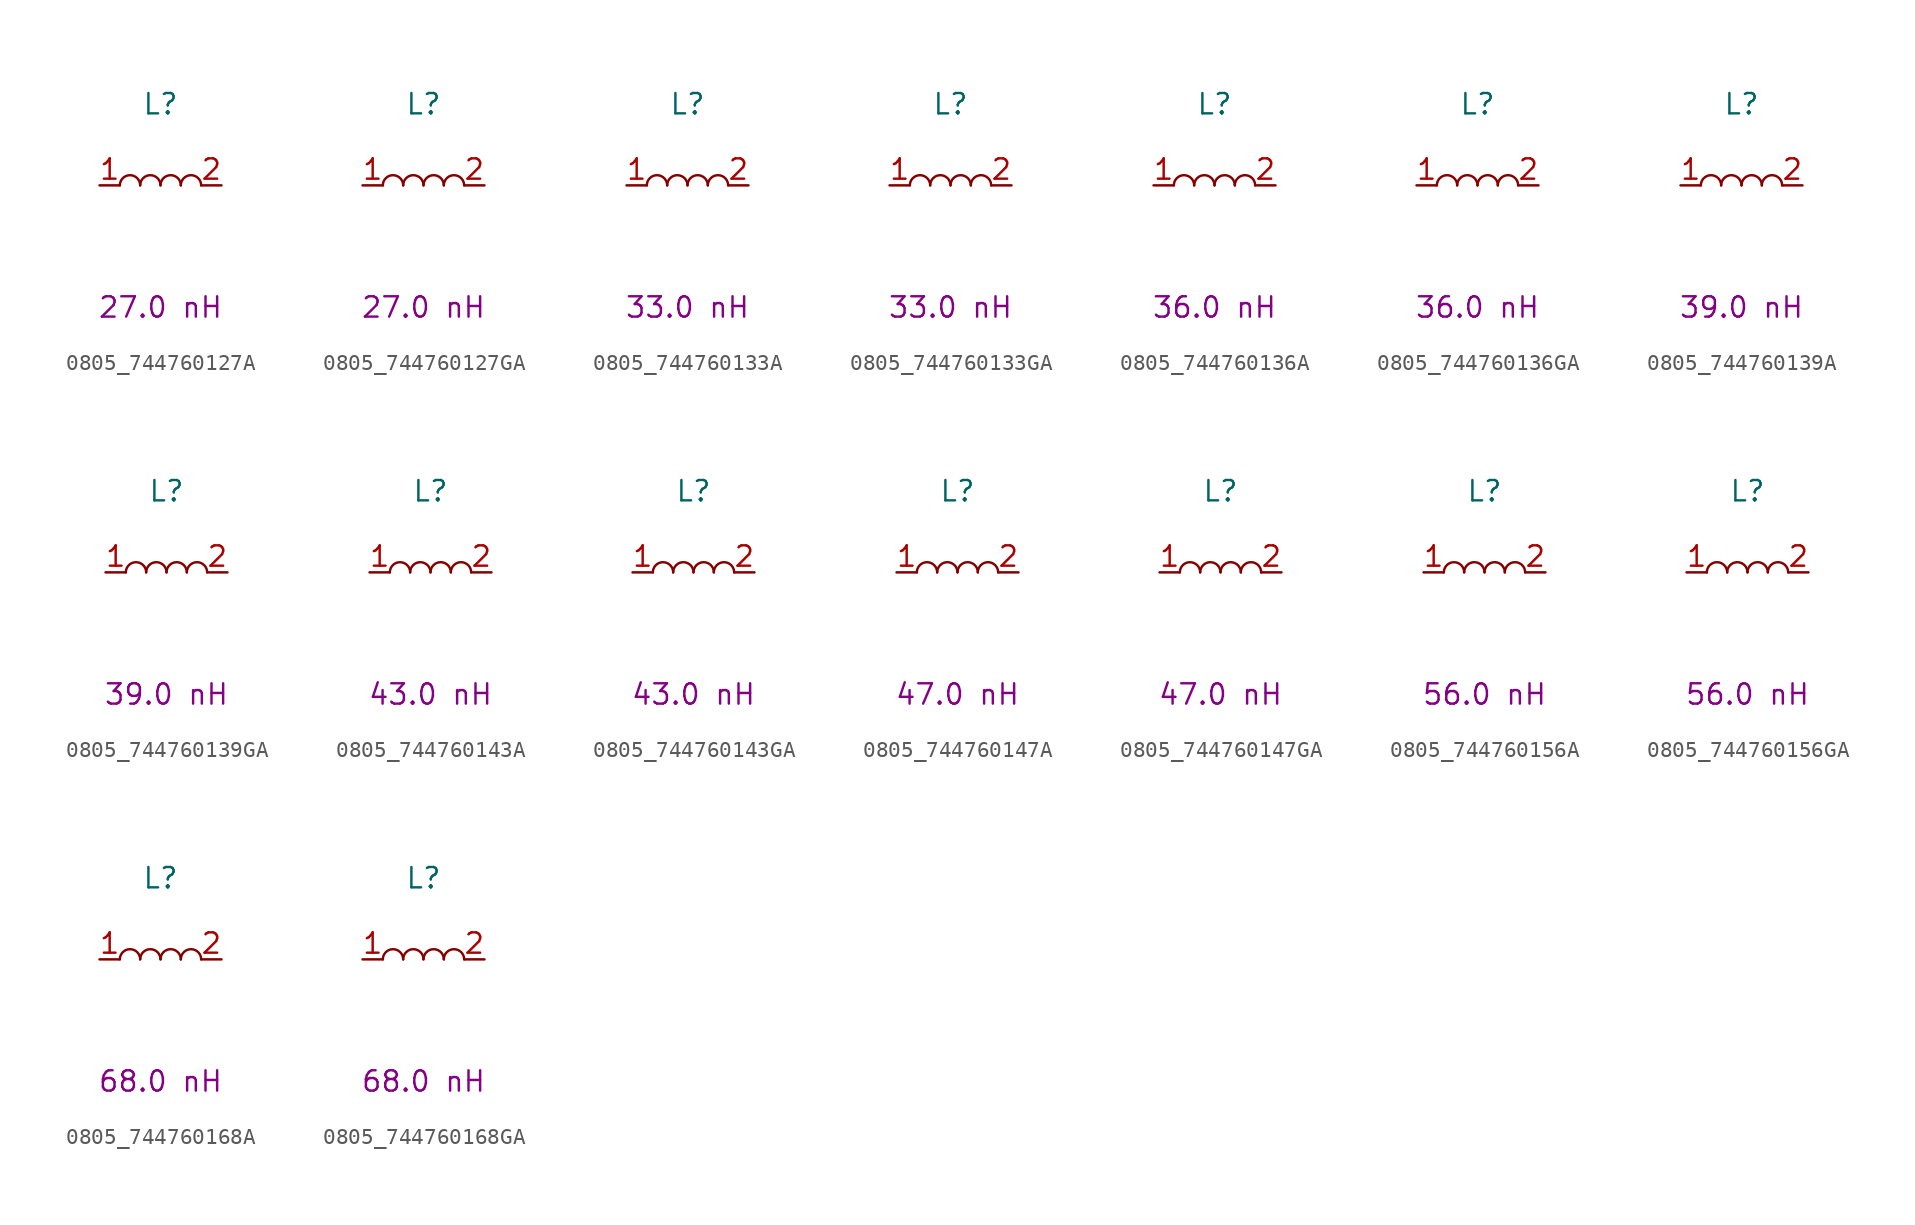
<source format=kicad_sym>
(kicad_symbol_lib
  (version 20220914)
  (generator kicad_symbol_editor)
  (symbol "0805_744760127A"
    (pin_names hide)
    (property "Reference" "L"
      (at 0 5.08 0)
      (effects (font (size 1.27 1.27))))
    (property "Critical Parameter" "27.0 nH"
      (at 0 -7.62 0)
      (effects (font (size 1.27 1.27))))
    (symbol "0805_744760127A_0_1"
      (arc (start -1.27 0) (mid -1.905 0.6323) (end -2.54 0) (stroke (width 0) (type default)) (fill (type none)))
      (arc (start 0 0) (mid -0.635 0.6323) (end -1.27 0) (stroke (width 0) (type default)) (fill (type none)))
      (arc (start 1.27 0) (mid 0.635 0.6323) (end 0 0) (stroke (width 0) (type default)) (fill (type none)))
      (arc (start 2.54 0) (mid 1.905 0.6323) (end 1.27 0) (stroke (width 0) (type default)) (fill (type none))))
    (symbol "0805_744760127A_1_1"
      (pin passive line (at -3.81 0 0) (length 1.27) (name "1" (effects (font (size 1.27 1.27)))) (number "1" (effects (font (size 1.27 1.27)))))
      (pin passive line (at 3.81 0 180) (length 1.27) (name "2" (effects (font (size 1.27 1.27)))) (number "2" (effects (font (size 1.27 1.27)))))))
  (symbol "0805_744760127GA"
    (pin_names hide)
    (property "Reference" "L"
      (at 0 5.08 0)
      (effects (font (size 1.27 1.27))))
    (property "Critical Parameter" "27.0 nH"
      (at 0 -7.62 0)
      (effects (font (size 1.27 1.27))))
    (symbol "0805_744760127GA_0_1"
      (arc (start -1.27 0) (mid -1.905 0.6323) (end -2.54 0) (stroke (width 0) (type default)) (fill (type none)))
      (arc (start 0 0) (mid -0.635 0.6323) (end -1.27 0) (stroke (width 0) (type default)) (fill (type none)))
      (arc (start 1.27 0) (mid 0.635 0.6323) (end 0 0) (stroke (width 0) (type default)) (fill (type none)))
      (arc (start 2.54 0) (mid 1.905 0.6323) (end 1.27 0) (stroke (width 0) (type default)) (fill (type none))))
    (symbol "0805_744760127GA_1_1"
      (pin passive line (at -3.81 0 0) (length 1.27) (name "1" (effects (font (size 1.27 1.27)))) (number "1" (effects (font (size 1.27 1.27)))))
      (pin passive line (at 3.81 0 180) (length 1.27) (name "2" (effects (font (size 1.27 1.27)))) (number "2" (effects (font (size 1.27 1.27)))))))
  (symbol "0805_744760133A"
    (pin_names hide)
    (property "Reference" "L"
      (at 0 5.08 0)
      (effects (font (size 1.27 1.27))))
    (property "Critical Parameter" "33.0 nH"
      (at 0 -7.62 0)
      (effects (font (size 1.27 1.27))))
    (symbol "0805_744760133A_0_1"
      (arc (start -1.27 0) (mid -1.905 0.6323) (end -2.54 0) (stroke (width 0) (type default)) (fill (type none)))
      (arc (start 0 0) (mid -0.635 0.6323) (end -1.27 0) (stroke (width 0) (type default)) (fill (type none)))
      (arc (start 1.27 0) (mid 0.635 0.6323) (end 0 0) (stroke (width 0) (type default)) (fill (type none)))
      (arc (start 2.54 0) (mid 1.905 0.6323) (end 1.27 0) (stroke (width 0) (type default)) (fill (type none))))
    (symbol "0805_744760133A_1_1"
      (pin passive line (at -3.81 0 0) (length 1.27) (name "1" (effects (font (size 1.27 1.27)))) (number "1" (effects (font (size 1.27 1.27)))))
      (pin passive line (at 3.81 0 180) (length 1.27) (name "2" (effects (font (size 1.27 1.27)))) (number "2" (effects (font (size 1.27 1.27)))))))
  (symbol "0805_744760133GA"
    (pin_names hide)
    (property "Reference" "L"
      (at 0 5.08 0)
      (effects (font (size 1.27 1.27))))
    (property "Critical Parameter" "33.0 nH"
      (at 0 -7.62 0)
      (effects (font (size 1.27 1.27))))
    (symbol "0805_744760133GA_0_1"
      (arc (start -1.27 0) (mid -1.905 0.6323) (end -2.54 0) (stroke (width 0) (type default)) (fill (type none)))
      (arc (start 0 0) (mid -0.635 0.6323) (end -1.27 0) (stroke (width 0) (type default)) (fill (type none)))
      (arc (start 1.27 0) (mid 0.635 0.6323) (end 0 0) (stroke (width 0) (type default)) (fill (type none)))
      (arc (start 2.54 0) (mid 1.905 0.6323) (end 1.27 0) (stroke (width 0) (type default)) (fill (type none))))
    (symbol "0805_744760133GA_1_1"
      (pin passive line (at -3.81 0 0) (length 1.27) (name "1" (effects (font (size 1.27 1.27)))) (number "1" (effects (font (size 1.27 1.27)))))
      (pin passive line (at 3.81 0 180) (length 1.27) (name "2" (effects (font (size 1.27 1.27)))) (number "2" (effects (font (size 1.27 1.27)))))))
  (symbol "0805_744760136A"
    (pin_names hide)
    (property "Reference" "L"
      (at 0 5.08 0)
      (effects (font (size 1.27 1.27))))
    (property "Critical Parameter" "36.0 nH"
      (at 0 -7.62 0)
      (effects (font (size 1.27 1.27))))
    (symbol "0805_744760136A_0_1"
      (arc (start -1.27 0) (mid -1.905 0.6323) (end -2.54 0) (stroke (width 0) (type default)) (fill (type none)))
      (arc (start 0 0) (mid -0.635 0.6323) (end -1.27 0) (stroke (width 0) (type default)) (fill (type none)))
      (arc (start 1.27 0) (mid 0.635 0.6323) (end 0 0) (stroke (width 0) (type default)) (fill (type none)))
      (arc (start 2.54 0) (mid 1.905 0.6323) (end 1.27 0) (stroke (width 0) (type default)) (fill (type none))))
    (symbol "0805_744760136A_1_1"
      (pin passive line (at -3.81 0 0) (length 1.27) (name "1" (effects (font (size 1.27 1.27)))) (number "1" (effects (font (size 1.27 1.27)))))
      (pin passive line (at 3.81 0 180) (length 1.27) (name "2" (effects (font (size 1.27 1.27)))) (number "2" (effects (font (size 1.27 1.27)))))))
  (symbol "0805_744760136GA"
    (pin_names hide)
    (property "Reference" "L"
      (at 0 5.08 0)
      (effects (font (size 1.27 1.27))))
    (property "Critical Parameter" "36.0 nH"
      (at 0 -7.62 0)
      (effects (font (size 1.27 1.27))))
    (symbol "0805_744760136GA_0_1"
      (arc (start -1.27 0) (mid -1.905 0.6323) (end -2.54 0) (stroke (width 0) (type default)) (fill (type none)))
      (arc (start 0 0) (mid -0.635 0.6323) (end -1.27 0) (stroke (width 0) (type default)) (fill (type none)))
      (arc (start 1.27 0) (mid 0.635 0.6323) (end 0 0) (stroke (width 0) (type default)) (fill (type none)))
      (arc (start 2.54 0) (mid 1.905 0.6323) (end 1.27 0) (stroke (width 0) (type default)) (fill (type none))))
    (symbol "0805_744760136GA_1_1"
      (pin passive line (at -3.81 0 0) (length 1.27) (name "1" (effects (font (size 1.27 1.27)))) (number "1" (effects (font (size 1.27 1.27)))))
      (pin passive line (at 3.81 0 180) (length 1.27) (name "2" (effects (font (size 1.27 1.27)))) (number "2" (effects (font (size 1.27 1.27)))))))
  (symbol "0805_744760139A"
    (pin_names hide)
    (property "Reference" "L"
      (at 0 5.08 0)
      (effects (font (size 1.27 1.27))))
    (property "Critical Parameter" "39.0 nH"
      (at 0 -7.62 0)
      (effects (font (size 1.27 1.27))))
    (symbol "0805_744760139A_0_1"
      (arc (start -1.27 0) (mid -1.905 0.6323) (end -2.54 0) (stroke (width 0) (type default)) (fill (type none)))
      (arc (start 0 0) (mid -0.635 0.6323) (end -1.27 0) (stroke (width 0) (type default)) (fill (type none)))
      (arc (start 1.27 0) (mid 0.635 0.6323) (end 0 0) (stroke (width 0) (type default)) (fill (type none)))
      (arc (start 2.54 0) (mid 1.905 0.6323) (end 1.27 0) (stroke (width 0) (type default)) (fill (type none))))
    (symbol "0805_744760139A_1_1"
      (pin passive line (at -3.81 0 0) (length 1.27) (name "1" (effects (font (size 1.27 1.27)))) (number "1" (effects (font (size 1.27 1.27)))))
      (pin passive line (at 3.81 0 180) (length 1.27) (name "2" (effects (font (size 1.27 1.27)))) (number "2" (effects (font (size 1.27 1.27)))))))
  (symbol "0805_744760139GA"
    (pin_names hide)
    (property "Reference" "L"
      (at 0 5.08 0)
      (effects (font (size 1.27 1.27))))
    (property "Critical Parameter" "39.0 nH"
      (at 0 -7.62 0)
      (effects (font (size 1.27 1.27))))
    (symbol "0805_744760139GA_0_1"
      (arc (start -1.27 0) (mid -1.905 0.6323) (end -2.54 0) (stroke (width 0) (type default)) (fill (type none)))
      (arc (start 0 0) (mid -0.635 0.6323) (end -1.27 0) (stroke (width 0) (type default)) (fill (type none)))
      (arc (start 1.27 0) (mid 0.635 0.6323) (end 0 0) (stroke (width 0) (type default)) (fill (type none)))
      (arc (start 2.54 0) (mid 1.905 0.6323) (end 1.27 0) (stroke (width 0) (type default)) (fill (type none))))
    (symbol "0805_744760139GA_1_1"
      (pin passive line (at -3.81 0 0) (length 1.27) (name "1" (effects (font (size 1.27 1.27)))) (number "1" (effects (font (size 1.27 1.27)))))
      (pin passive line (at 3.81 0 180) (length 1.27) (name "2" (effects (font (size 1.27 1.27)))) (number "2" (effects (font (size 1.27 1.27)))))))
  (symbol "0805_744760143A"
    (pin_names hide)
    (property "Reference" "L"
      (at 0 5.08 0)
      (effects (font (size 1.27 1.27))))
    (property "Critical Parameter" "43.0 nH"
      (at 0 -7.62 0)
      (effects (font (size 1.27 1.27))))
    (symbol "0805_744760143A_0_1"
      (arc (start -1.27 0) (mid -1.905 0.6323) (end -2.54 0) (stroke (width 0) (type default)) (fill (type none)))
      (arc (start 0 0) (mid -0.635 0.6323) (end -1.27 0) (stroke (width 0) (type default)) (fill (type none)))
      (arc (start 1.27 0) (mid 0.635 0.6323) (end 0 0) (stroke (width 0) (type default)) (fill (type none)))
      (arc (start 2.54 0) (mid 1.905 0.6323) (end 1.27 0) (stroke (width 0) (type default)) (fill (type none))))
    (symbol "0805_744760143A_1_1"
      (pin passive line (at -3.81 0 0) (length 1.27) (name "1" (effects (font (size 1.27 1.27)))) (number "1" (effects (font (size 1.27 1.27)))))
      (pin passive line (at 3.81 0 180) (length 1.27) (name "2" (effects (font (size 1.27 1.27)))) (number "2" (effects (font (size 1.27 1.27)))))))
  (symbol "0805_744760143GA"
    (pin_names hide)
    (property "Reference" "L"
      (at 0 5.08 0)
      (effects (font (size 1.27 1.27))))
    (property "Critical Parameter" "43.0 nH"
      (at 0 -7.62 0)
      (effects (font (size 1.27 1.27))))
    (symbol "0805_744760143GA_0_1"
      (arc (start -1.27 0) (mid -1.905 0.6323) (end -2.54 0) (stroke (width 0) (type default)) (fill (type none)))
      (arc (start 0 0) (mid -0.635 0.6323) (end -1.27 0) (stroke (width 0) (type default)) (fill (type none)))
      (arc (start 1.27 0) (mid 0.635 0.6323) (end 0 0) (stroke (width 0) (type default)) (fill (type none)))
      (arc (start 2.54 0) (mid 1.905 0.6323) (end 1.27 0) (stroke (width 0) (type default)) (fill (type none))))
    (symbol "0805_744760143GA_1_1"
      (pin passive line (at -3.81 0 0) (length 1.27) (name "1" (effects (font (size 1.27 1.27)))) (number "1" (effects (font (size 1.27 1.27)))))
      (pin passive line (at 3.81 0 180) (length 1.27) (name "2" (effects (font (size 1.27 1.27)))) (number "2" (effects (font (size 1.27 1.27)))))))
  (symbol "0805_744760147A"
    (pin_names hide)
    (property "Reference" "L"
      (at 0 5.08 0)
      (effects (font (size 1.27 1.27))))
    (property "Critical Parameter" "47.0 nH"
      (at 0 -7.62 0)
      (effects (font (size 1.27 1.27))))
    (symbol "0805_744760147A_0_1"
      (arc (start -1.27 0) (mid -1.905 0.6323) (end -2.54 0) (stroke (width 0) (type default)) (fill (type none)))
      (arc (start 0 0) (mid -0.635 0.6323) (end -1.27 0) (stroke (width 0) (type default)) (fill (type none)))
      (arc (start 1.27 0) (mid 0.635 0.6323) (end 0 0) (stroke (width 0) (type default)) (fill (type none)))
      (arc (start 2.54 0) (mid 1.905 0.6323) (end 1.27 0) (stroke (width 0) (type default)) (fill (type none))))
    (symbol "0805_744760147A_1_1"
      (pin passive line (at -3.81 0 0) (length 1.27) (name "1" (effects (font (size 1.27 1.27)))) (number "1" (effects (font (size 1.27 1.27)))))
      (pin passive line (at 3.81 0 180) (length 1.27) (name "2" (effects (font (size 1.27 1.27)))) (number "2" (effects (font (size 1.27 1.27)))))))
  (symbol "0805_744760147GA"
    (pin_names hide)
    (property "Reference" "L"
      (at 0 5.08 0)
      (effects (font (size 1.27 1.27))))
    (property "Critical Parameter" "47.0 nH"
      (at 0 -7.62 0)
      (effects (font (size 1.27 1.27))))
    (symbol "0805_744760147GA_0_1"
      (arc (start -1.27 0) (mid -1.905 0.6323) (end -2.54 0) (stroke (width 0) (type default)) (fill (type none)))
      (arc (start 0 0) (mid -0.635 0.6323) (end -1.27 0) (stroke (width 0) (type default)) (fill (type none)))
      (arc (start 1.27 0) (mid 0.635 0.6323) (end 0 0) (stroke (width 0) (type default)) (fill (type none)))
      (arc (start 2.54 0) (mid 1.905 0.6323) (end 1.27 0) (stroke (width 0) (type default)) (fill (type none))))
    (symbol "0805_744760147GA_1_1"
      (pin passive line (at -3.81 0 0) (length 1.27) (name "1" (effects (font (size 1.27 1.27)))) (number "1" (effects (font (size 1.27 1.27)))))
      (pin passive line (at 3.81 0 180) (length 1.27) (name "2" (effects (font (size 1.27 1.27)))) (number "2" (effects (font (size 1.27 1.27)))))))
  (symbol "0805_744760156A"
    (pin_names hide)
    (property "Reference" "L"
      (at 0 5.08 0)
      (effects (font (size 1.27 1.27))))
    (property "Critical Parameter" "56.0 nH"
      (at 0 -7.62 0)
      (effects (font (size 1.27 1.27))))
    (symbol "0805_744760156A_0_1"
      (arc (start -1.27 0) (mid -1.905 0.6323) (end -2.54 0) (stroke (width 0) (type default)) (fill (type none)))
      (arc (start 0 0) (mid -0.635 0.6323) (end -1.27 0) (stroke (width 0) (type default)) (fill (type none)))
      (arc (start 1.27 0) (mid 0.635 0.6323) (end 0 0) (stroke (width 0) (type default)) (fill (type none)))
      (arc (start 2.54 0) (mid 1.905 0.6323) (end 1.27 0) (stroke (width 0) (type default)) (fill (type none))))
    (symbol "0805_744760156A_1_1"
      (pin passive line (at -3.81 0 0) (length 1.27) (name "1" (effects (font (size 1.27 1.27)))) (number "1" (effects (font (size 1.27 1.27)))))
      (pin passive line (at 3.81 0 180) (length 1.27) (name "2" (effects (font (size 1.27 1.27)))) (number "2" (effects (font (size 1.27 1.27)))))))
  (symbol "0805_744760156GA"
    (pin_names hide)
    (property "Reference" "L"
      (at 0 5.08 0)
      (effects (font (size 1.27 1.27))))
    (property "Critical Parameter" "56.0 nH"
      (at 0 -7.62 0)
      (effects (font (size 1.27 1.27))))
    (symbol "0805_744760156GA_0_1"
      (arc (start -1.27 0) (mid -1.905 0.6323) (end -2.54 0) (stroke (width 0) (type default)) (fill (type none)))
      (arc (start 0 0) (mid -0.635 0.6323) (end -1.27 0) (stroke (width 0) (type default)) (fill (type none)))
      (arc (start 1.27 0) (mid 0.635 0.6323) (end 0 0) (stroke (width 0) (type default)) (fill (type none)))
      (arc (start 2.54 0) (mid 1.905 0.6323) (end 1.27 0) (stroke (width 0) (type default)) (fill (type none))))
    (symbol "0805_744760156GA_1_1"
      (pin passive line (at -3.81 0 0) (length 1.27) (name "1" (effects (font (size 1.27 1.27)))) (number "1" (effects (font (size 1.27 1.27)))))
      (pin passive line (at 3.81 0 180) (length 1.27) (name "2" (effects (font (size 1.27 1.27)))) (number "2" (effects (font (size 1.27 1.27)))))))
  (symbol "0805_744760168A"
    (pin_names hide)
    (property "Reference" "L"
      (at 0 5.08 0)
      (effects (font (size 1.27 1.27))))
    (property "Critical Parameter" "68.0 nH"
      (at 0 -7.62 0)
      (effects (font (size 1.27 1.27))))
    (symbol "0805_744760168A_0_1"
      (arc (start -1.27 0) (mid -1.905 0.6323) (end -2.54 0) (stroke (width 0) (type default)) (fill (type none)))
      (arc (start 0 0) (mid -0.635 0.6323) (end -1.27 0) (stroke (width 0) (type default)) (fill (type none)))
      (arc (start 1.27 0) (mid 0.635 0.6323) (end 0 0) (stroke (width 0) (type default)) (fill (type none)))
      (arc (start 2.54 0) (mid 1.905 0.6323) (end 1.27 0) (stroke (width 0) (type default)) (fill (type none))))
    (symbol "0805_744760168A_1_1"
      (pin passive line (at -3.81 0 0) (length 1.27) (name "1" (effects (font (size 1.27 1.27)))) (number "1" (effects (font (size 1.27 1.27)))))
      (pin passive line (at 3.81 0 180) (length 1.27) (name "2" (effects (font (size 1.27 1.27)))) (number "2" (effects (font (size 1.27 1.27)))))))
  (symbol "0805_744760168GA"
    (pin_names hide)
    (property "Reference" "L"
      (at 0 5.08 0)
      (effects (font (size 1.27 1.27))))
    (property "Critical Parameter" "68.0 nH"
      (at 0 -7.62 0)
      (effects (font (size 1.27 1.27))))
    (symbol "0805_744760168GA_0_1"
      (arc (start -1.27 0) (mid -1.905 0.6323) (end -2.54 0) (stroke (width 0) (type default)) (fill (type none)))
      (arc (start 0 0) (mid -0.635 0.6323) (end -1.27 0) (stroke (width 0) (type default)) (fill (type none)))
      (arc (start 1.27 0) (mid 0.635 0.6323) (end 0 0) (stroke (width 0) (type default)) (fill (type none)))
      (arc (start 2.54 0) (mid 1.905 0.6323) (end 1.27 0) (stroke (width 0) (type default)) (fill (type none))))
    (symbol "0805_744760168GA_1_1"
      (pin passive line (at -3.81 0 0) (length 1.27) (name "1" (effects (font (size 1.27 1.27)))) (number "1" (effects (font (size 1.27 1.27)))))
      (pin passive line (at 3.81 0 180) (length 1.27) (name "2" (effects (font (size 1.27 1.27)))) (number "2" (effects (font (size 1.27 1.27))))))))
</source>
